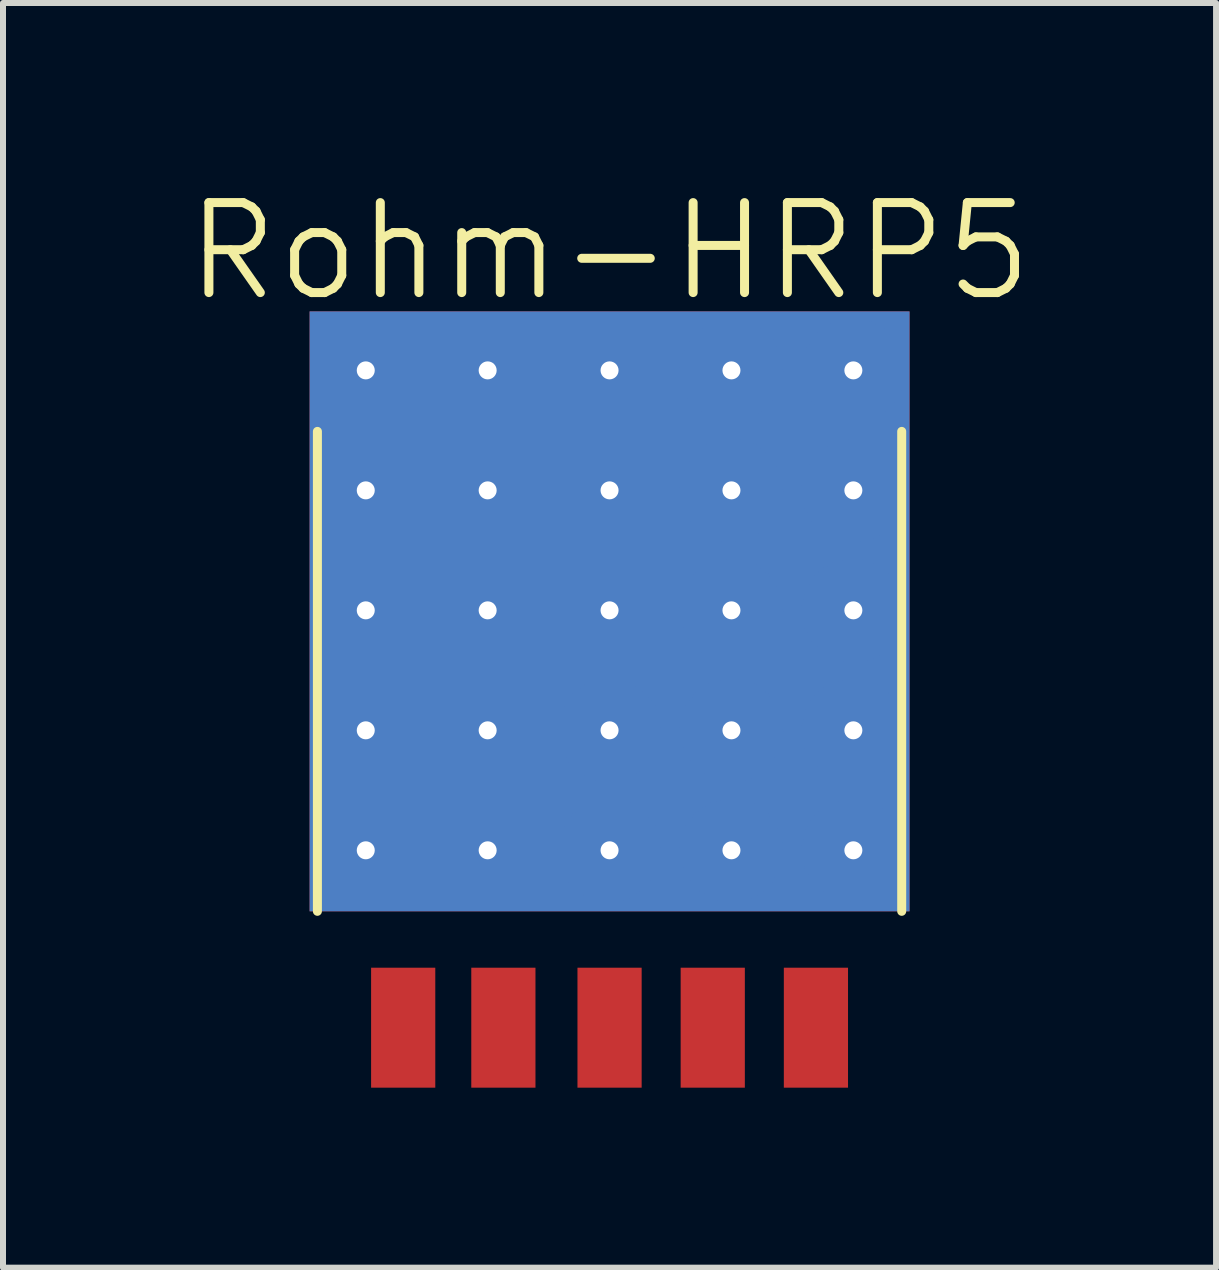
<source format=kicad_pcb>
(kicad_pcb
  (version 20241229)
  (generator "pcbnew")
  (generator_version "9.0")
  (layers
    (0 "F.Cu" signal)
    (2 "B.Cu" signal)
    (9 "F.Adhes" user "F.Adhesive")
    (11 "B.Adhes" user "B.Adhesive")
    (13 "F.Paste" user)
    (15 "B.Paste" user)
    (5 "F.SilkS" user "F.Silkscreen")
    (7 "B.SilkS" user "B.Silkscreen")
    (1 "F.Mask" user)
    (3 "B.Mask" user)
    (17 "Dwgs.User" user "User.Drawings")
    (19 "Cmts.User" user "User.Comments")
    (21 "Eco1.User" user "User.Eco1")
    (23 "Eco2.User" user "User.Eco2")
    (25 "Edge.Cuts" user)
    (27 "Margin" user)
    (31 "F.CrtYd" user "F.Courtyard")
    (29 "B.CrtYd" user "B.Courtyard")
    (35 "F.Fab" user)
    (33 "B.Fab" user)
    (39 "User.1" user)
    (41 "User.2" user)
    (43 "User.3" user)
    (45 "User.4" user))
  (footprint "Rohm-HRP5"
    (layer "F.Cu")
    (at 7.111 12.141)
    (property "Reference" "Rohm-HRP5" (at 0 -11 0) (layer "F.SilkS") (effects (font (size 1.5 1.5) (thickness 0.15))))
    (attr through_hole)
    (fp_line (start -4.87 0) (end -4.87 -8) (stroke (width 0.15) (type solid)) (layer "F.SilkS"))
    (fp_line (start 4.87 -8) (end 4.87 0) (stroke (width 0.15) (type solid)) (layer "F.SilkS"))
    (pad "1" smd rect (at -3.44 1.94) (size 1.07 2) (layers "F.Cu" "F.Mask" "F.Paste"))
    (pad "2" smd rect (at -1.77 1.94) (size 1.07 2) (layers "F.Cu" "F.Mask" "F.Paste"))
    (pad "3" smd rect (at 0 1.94) (size 1.07 2) (layers "F.Cu" "F.Mask" "F.Paste"))
    (pad "4" smd rect (at 1.72 1.94) (size 1.07 2) (layers "F.Cu" "F.Mask" "F.Paste"))
    (pad "5" smd rect (at 3.44 1.94) (size 1.07 2) (layers "F.Cu" "F.Mask" "F.Paste"))
    (pad "FIN" thru_hole circle (at -4.064 -9.017) (size 1.72 1.72) (drill 0.3) (layers "*.Cu"))
    (pad "FIN" thru_hole circle (at -4.064 -7.017) (size 1.72 1.72) (drill 0.3) (layers "*.Cu"))
    (pad "FIN" thru_hole circle (at -4.064 -5.017) (size 1.72 1.72) (drill 0.3) (layers "*.Cu"))
    (pad "FIN" thru_hole circle (at -4.064 -3.017) (size 1.72 1.72) (drill 0.3) (layers "*.Cu"))
    (pad "FIN" thru_hole circle (at -4.064 -1.017) (size 1.72 1.72) (drill 0.3) (layers "*.Cu"))
    (pad "FIN" thru_hole circle (at -2.032 -9.017) (size 1.72 1.72) (drill 0.3) (layers "*.Cu"))
    (pad "FIN" thru_hole circle (at -2.032 -7.017) (size 1.72 1.72) (drill 0.3) (layers "*.Cu"))
    (pad "FIN" thru_hole circle (at -2.032 -5.017) (size 1.72 1.72) (drill 0.3) (layers "*.Cu"))
    (pad "FIN" thru_hole circle (at -2.032 -3.017) (size 1.72 1.72) (drill 0.3) (layers "*.Cu"))
    (pad "FIN" thru_hole circle (at -2.032 -1.017) (size 1.72 1.72) (drill 0.3) (layers "*.Cu"))
    (pad "FIN" thru_hole circle (at 0 -9.017) (size 1.72 1.72) (drill 0.3) (layers "*.Cu"))
    (pad "FIN" thru_hole circle (at 0 -7.017) (size 1.72 1.72) (drill 0.3) (layers "*.Cu"))
    (pad "FIN" thru_hole circle (at 0 -5.017) (size 1.72 1.72) (drill 0.3) (layers "*.Cu"))
    (pad "FIN" smd rect (at 0 -5) (size 10 10) (layers "F.Cu" "F.Mask" "F.Paste"))
    (pad "FIN" smd rect (at 0 -5) (size 10 10) (layers "F.Mask" "B.Cu" "F.Paste"))
    (pad "FIN" thru_hole circle (at 0 -3.017) (size 1.72 1.72) (drill 0.3) (layers "*.Cu"))
    (pad "FIN" thru_hole circle (at 0 -1.017) (size 1.72 1.72) (drill 0.3) (layers "*.Cu"))
    (pad "FIN" thru_hole circle (at 2.032 -9.017) (size 1.72 1.72) (drill 0.3) (layers "*.Cu"))
    (pad "FIN" thru_hole circle (at 2.032 -7.017) (size 1.72 1.72) (drill 0.3) (layers "*.Cu"))
    (pad "FIN" thru_hole circle (at 2.032 -5.017) (size 1.72 1.72) (drill 0.3) (layers "*.Cu"))
    (pad "FIN" thru_hole circle (at 2.032 -3.017) (size 1.72 1.72) (drill 0.3) (layers "*.Cu"))
    (pad "FIN" thru_hole circle (at 2.032 -1.017) (size 1.72 1.72) (drill 0.3) (layers "*.Cu"))
    (pad "FIN" thru_hole circle (at 4.064 -9.017) (size 1.72 1.72) (drill 0.3) (layers "*.Cu"))
    (pad "FIN" thru_hole circle (at 4.064 -7.017) (size 1.72 1.72) (drill 0.3) (layers "*.Cu"))
    (pad "FIN" thru_hole circle (at 4.064 -5.017) (size 1.72 1.72) (drill 0.3) (layers "*.Cu"))
    (pad "FIN" thru_hole circle (at 4.064 -3.017) (size 1.72 1.72) (drill 0.3) (layers "*.Cu"))
    (pad "FIN" thru_hole circle (at 4.064 -1.017) (size 1.72 1.72) (drill 0.3) (layers "*.Cu")))
  (gr_rect
    (start -3 -3)
    (end 17.221 18.081)
    (stroke (width 0.1) (type default))
    (fill no)
    (layer "Edge.Cuts")))
</source>
